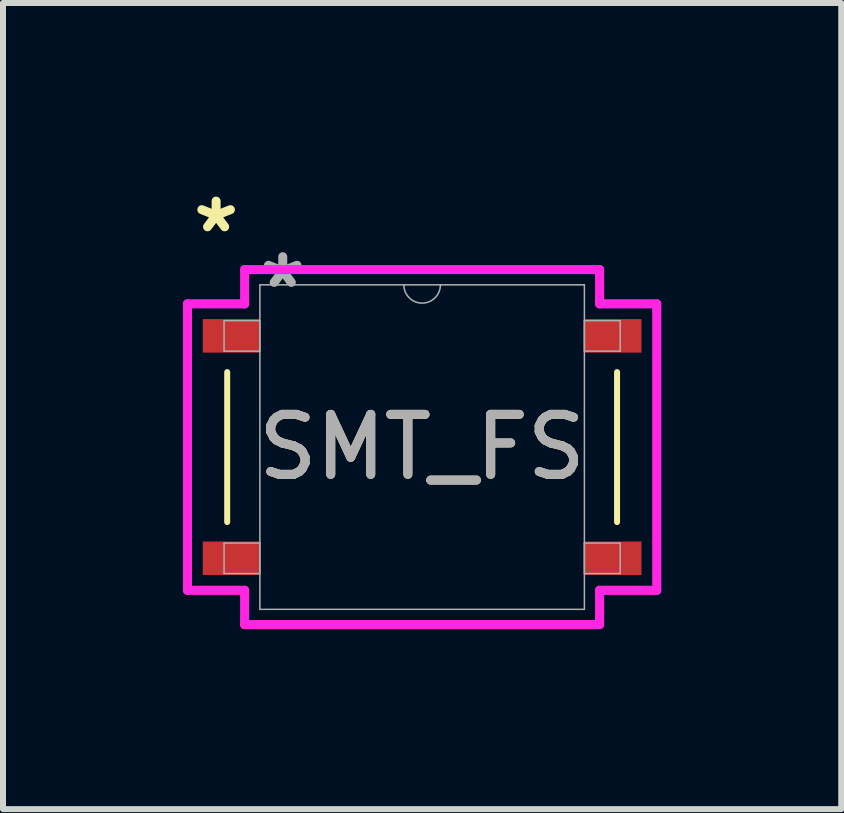
<source format=kicad_pcb>
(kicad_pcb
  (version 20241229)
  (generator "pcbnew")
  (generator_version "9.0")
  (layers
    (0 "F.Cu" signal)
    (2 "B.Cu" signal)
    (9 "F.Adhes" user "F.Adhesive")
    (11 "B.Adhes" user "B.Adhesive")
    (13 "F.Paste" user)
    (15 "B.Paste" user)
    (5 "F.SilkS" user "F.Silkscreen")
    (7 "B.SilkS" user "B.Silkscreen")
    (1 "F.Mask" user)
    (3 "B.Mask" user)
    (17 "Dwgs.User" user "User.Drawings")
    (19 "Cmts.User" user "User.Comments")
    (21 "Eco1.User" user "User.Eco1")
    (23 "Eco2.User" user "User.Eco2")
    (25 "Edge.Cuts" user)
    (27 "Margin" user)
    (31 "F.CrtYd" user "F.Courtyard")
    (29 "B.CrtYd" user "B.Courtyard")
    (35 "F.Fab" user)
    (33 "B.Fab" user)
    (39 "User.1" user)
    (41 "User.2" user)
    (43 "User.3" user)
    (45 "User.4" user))
  (footprint "SMT_FS"
    (layer "F.Cu")
    (at 3.988 4.404)
    (property "Reference" "SMT_FS" (at 0 0 0) (unlocked yes) (layer "F.SilkS") (effects (font (size 1 1) (thickness 0.15))))
    (attr smd)
    (fp_line (start -3.25 -1.25) (end -3.25 1.25) (stroke (width 0.1) (type default)) (layer "F.SilkS"))
    (fp_line (start 3.25 -1.25) (end 3.25 1.25) (stroke (width 0.1) (type default)) (layer "F.SilkS"))
    (fp_line (start -3.912 -2.388) (end -2.959 -2.388) (stroke (width 0.152) (type solid)) (layer "F.CrtYd"))
    (fp_line (start -3.912 2.388) (end -3.912 -2.388) (stroke (width 0.152) (type solid)) (layer "F.CrtYd"))
    (fp_line (start -3.912 2.388) (end -2.959 2.388) (stroke (width 0.152) (type solid)) (layer "F.CrtYd"))
    (fp_line (start -2.959 -2.959) (end 2.959 -2.959) (stroke (width 0.152) (type solid)) (layer "F.CrtYd"))
    (fp_line (start -2.959 -2.388) (end -2.959 -2.959) (stroke (width 0.152) (type solid)) (layer "F.CrtYd"))
    (fp_line (start -2.959 2.959) (end -2.959 2.388) (stroke (width 0.152) (type solid)) (layer "F.CrtYd"))
    (fp_line (start 2.959 -2.959) (end 2.959 -2.388) (stroke (width 0.152) (type solid)) (layer "F.CrtYd"))
    (fp_line (start 2.959 2.388) (end 2.959 2.959) (stroke (width 0.152) (type solid)) (layer "F.CrtYd"))
    (fp_line (start 2.959 2.959) (end -2.959 2.959) (stroke (width 0.152) (type solid)) (layer "F.CrtYd"))
    (fp_line (start 3.912 -2.388) (end 2.959 -2.388) (stroke (width 0.152) (type solid)) (layer "F.CrtYd"))
    (fp_line (start 3.912 -2.388) (end 3.912 2.388) (stroke (width 0.152) (type solid)) (layer "F.CrtYd"))
    (fp_line (start 3.912 2.388) (end 2.959 2.388) (stroke (width 0.152) (type solid)) (layer "F.CrtYd"))
    (fp_line (start -3.302 -2.108) (end -3.302 -1.6) (stroke (width 0.025) (type solid)) (layer "F.Fab"))
    (fp_line (start -3.302 -1.6) (end -2.705 -1.6) (stroke (width 0.025) (type solid)) (layer "F.Fab"))
    (fp_line (start -3.302 1.6) (end -3.302 2.108) (stroke (width 0.025) (type solid)) (layer "F.Fab"))
    (fp_line (start -3.302 2.108) (end -2.705 2.108) (stroke (width 0.025) (type solid)) (layer "F.Fab"))
    (fp_line (start -2.705 -2.705) (end -2.705 2.705) (stroke (width 0.025) (type solid)) (layer "F.Fab"))
    (fp_line (start -2.705 -2.108) (end -3.302 -2.108) (stroke (width 0.025) (type solid)) (layer "F.Fab"))
    (fp_line (start -2.705 -1.6) (end -2.705 -2.108) (stroke (width 0.025) (type solid)) (layer "F.Fab"))
    (fp_line (start -2.705 1.6) (end -3.302 1.6) (stroke (width 0.025) (type solid)) (layer "F.Fab"))
    (fp_line (start -2.705 2.108) (end -2.705 1.6) (stroke (width 0.025) (type solid)) (layer "F.Fab"))
    (fp_line (start -2.705 2.705) (end 2.705 2.705) (stroke (width 0.025) (type solid)) (layer "F.Fab"))
    (fp_line (start 2.705 -2.705) (end -2.705 -2.705) (stroke (width 0.025) (type solid)) (layer "F.Fab"))
    (fp_line (start 2.705 -2.108) (end 2.705 -1.6) (stroke (width 0.025) (type solid)) (layer "F.Fab"))
    (fp_line (start 2.705 -1.6) (end 3.302 -1.6) (stroke (width 0.025) (type solid)) (layer "F.Fab"))
    (fp_line (start 2.705 1.6) (end 2.705 2.108) (stroke (width 0.025) (type solid)) (layer "F.Fab"))
    (fp_line (start 2.705 2.108) (end 3.302 2.108) (stroke (width 0.025) (type solid)) (layer "F.Fab"))
    (fp_line (start 2.705 2.705) (end 2.705 -2.705) (stroke (width 0.025) (type solid)) (layer "F.Fab"))
    (fp_line (start 3.302 -2.108) (end 2.705 -2.108) (stroke (width 0.025) (type solid)) (layer "F.Fab"))
    (fp_line (start 3.302 -1.6) (end 3.302 -2.108) (stroke (width 0.025) (type solid)) (layer "F.Fab"))
    (fp_line (start 3.302 1.6) (end 2.705 1.6) (stroke (width 0.025) (type solid)) (layer "F.Fab"))
    (fp_line (start 3.302 2.108) (end 3.302 1.6) (stroke (width 0.025) (type solid)) (layer "F.Fab"))
    (fp_arc (start 0.3048 -2.7051) (mid 0 -2.4003) (end -0.3048 -2.7051) (stroke (width 0.0254) (type solid)) (layer "F.Fab"))
    (fp_text user "*" (at -3.435 -3.556 0) (unlocked yes) (layer "F.SilkS") (effects (font (size 1 1) (thickness 0.15))))
    (fp_text user "*" (at -2.324 -2.629 0) (unlocked yes) (layer "F.Fab") (effects (font (size 1 1) (thickness 0.15))))
    (fp_text user "${REFERENCE}" (at 0 0 0) (unlocked yes) (layer "F.Fab") (effects (font (size 1 1) (thickness 0.15))))
    (pad "1" smd rect (at -3.181 -1.854) (size 0.953 0.559) (layers "F.Cu" "F.Mask" "F.Paste"))
    (pad "2" smd rect (at 3.181 -1.854) (size 0.953 0.559) (layers "F.Cu" "F.Mask" "F.Paste"))
    (pad "3" smd rect (at -3.181 1.854) (size 0.953 0.559) (layers "F.Cu" "F.Mask" "F.Paste"))
    (pad "4" smd rect (at 3.181 1.854) (size 0.953 0.559) (layers "F.Cu" "F.Mask" "F.Paste")))
  (gr_rect
    (start -3 -3)
    (end 10.976 10.44)
    (stroke (width 0.1) (type default))
    (fill no)
    (layer "Edge.Cuts")))
</source>
